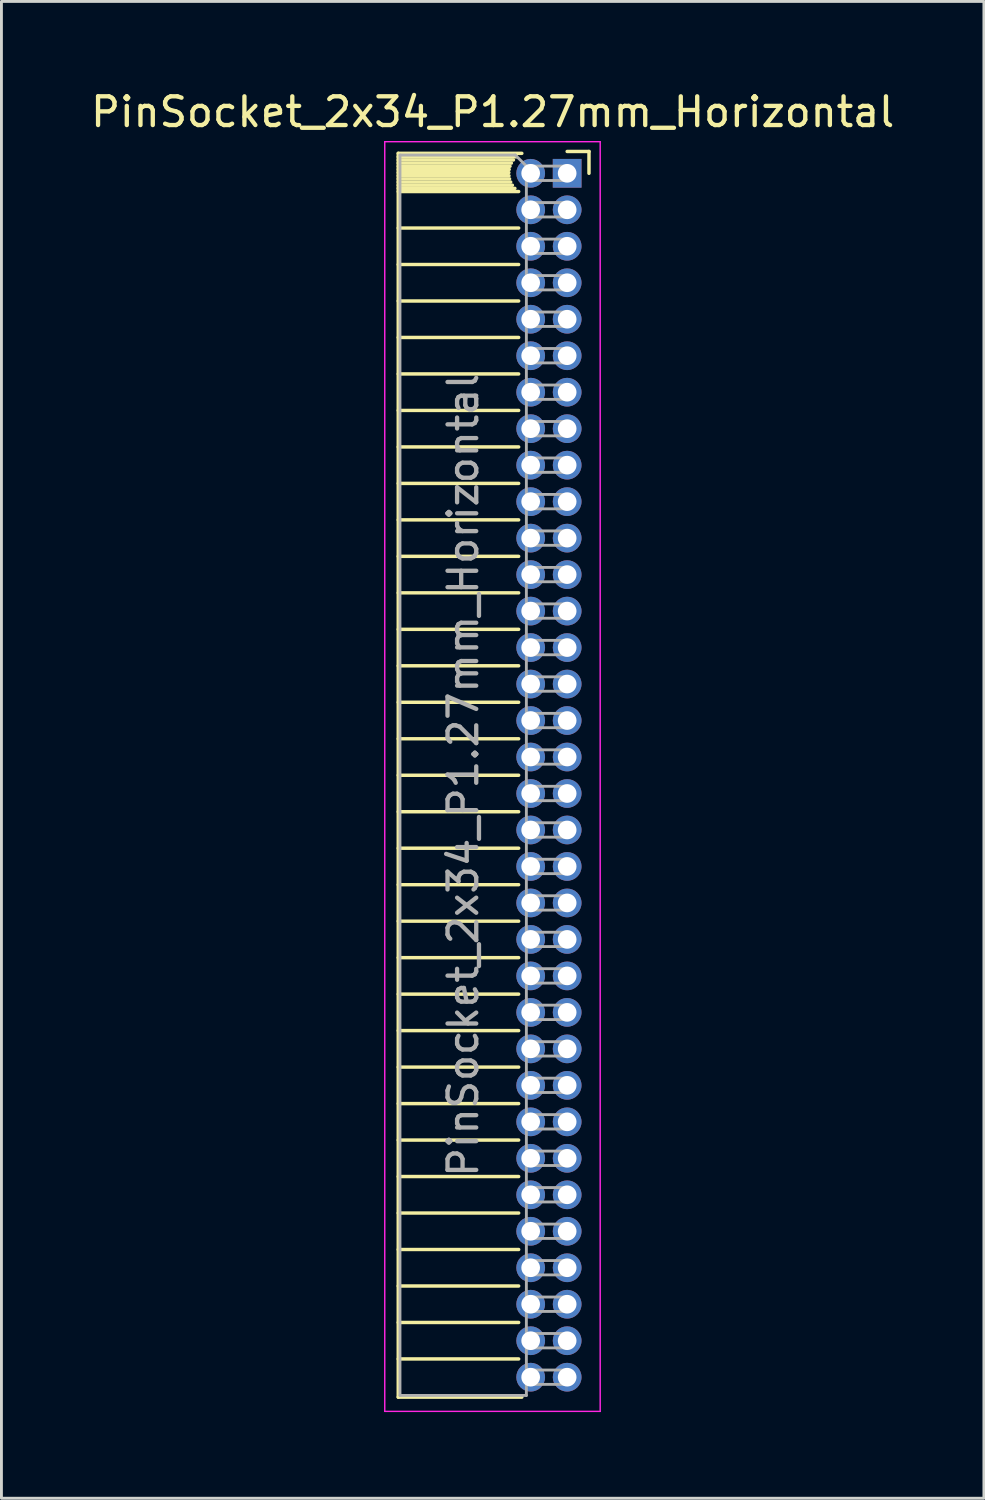
<source format=kicad_pcb>
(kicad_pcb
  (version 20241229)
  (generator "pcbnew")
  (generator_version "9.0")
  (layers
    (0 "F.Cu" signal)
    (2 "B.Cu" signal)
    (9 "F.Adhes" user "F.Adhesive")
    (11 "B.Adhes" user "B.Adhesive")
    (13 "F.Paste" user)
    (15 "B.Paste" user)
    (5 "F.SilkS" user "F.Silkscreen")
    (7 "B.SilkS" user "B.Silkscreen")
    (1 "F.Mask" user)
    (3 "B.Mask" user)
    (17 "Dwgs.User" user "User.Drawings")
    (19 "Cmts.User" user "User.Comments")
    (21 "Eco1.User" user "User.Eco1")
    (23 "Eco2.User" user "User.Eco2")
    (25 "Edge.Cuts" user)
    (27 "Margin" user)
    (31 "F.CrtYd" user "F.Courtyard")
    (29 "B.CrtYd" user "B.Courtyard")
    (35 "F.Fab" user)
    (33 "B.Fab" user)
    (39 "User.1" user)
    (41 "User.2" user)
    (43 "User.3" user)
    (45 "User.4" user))
  (footprint "PinSocket_2x34_P1.27mm_Horizontal"
    (layer "F.Cu")
    (at 16.694 2.983)
    (property "Reference" "PinSocket_2x34_P1.27mm_Horizontal" (at -2.592 -2.135 0) (layer "F.SilkS") (effects (font (size 1 1) (thickness 0.15))))
    (attr through_hole)
    (fp_line (start -5.88 -0.695) (end -5.88 42.605) (stroke (width 0.12) (type solid)) (layer "F.SilkS"))
    (fp_line (start -5.88 -0.695) (end -1.578 -0.695) (stroke (width 0.12) (type solid)) (layer "F.SilkS"))
    (fp_line (start -5.88 -0.575) (end -1.767 -0.575) (stroke (width 0.12) (type solid)) (layer "F.SilkS"))
    (fp_line (start -5.88 -0.465) (end -1.871 -0.465) (stroke (width 0.12) (type solid)) (layer "F.SilkS"))
    (fp_line (start -5.88 -0.355) (end -1.942 -0.355) (stroke (width 0.12) (type solid)) (layer "F.SilkS"))
    (fp_line (start -5.88 -0.245) (end -1.989 -0.245) (stroke (width 0.12) (type solid)) (layer "F.SilkS"))
    (fp_line (start -5.88 -0.135) (end -2.018 -0.135) (stroke (width 0.12) (type solid)) (layer "F.SilkS"))
    (fp_line (start -5.88 -0.025) (end -2.03 -0.025) (stroke (width 0.12) (type solid)) (layer "F.SilkS"))
    (fp_line (start -5.88 0.085) (end -2.025 0.085) (stroke (width 0.12) (type solid)) (layer "F.SilkS"))
    (fp_line (start -5.88 0.195) (end -2.005 0.195) (stroke (width 0.12) (type solid)) (layer "F.SilkS"))
    (fp_line (start -5.88 0.305) (end -1.966 0.305) (stroke (width 0.12) (type solid)) (layer "F.SilkS"))
    (fp_line (start -5.88 0.415) (end -1.907 0.415) (stroke (width 0.12) (type solid)) (layer "F.SilkS"))
    (fp_line (start -5.88 0.525) (end -1.82 0.525) (stroke (width 0.12) (type solid)) (layer "F.SilkS"))
    (fp_line (start -5.88 0.635) (end -1.688 0.635) (stroke (width 0.12) (type solid)) (layer "F.SilkS"))
    (fp_line (start -5.88 1.905) (end -1.688 1.905) (stroke (width 0.12) (type solid)) (layer "F.SilkS"))
    (fp_line (start -5.88 3.175) (end -1.688 3.175) (stroke (width 0.12) (type solid)) (layer "F.SilkS"))
    (fp_line (start -5.88 4.445) (end -1.688 4.445) (stroke (width 0.12) (type solid)) (layer "F.SilkS"))
    (fp_line (start -5.88 5.715) (end -1.688 5.715) (stroke (width 0.12) (type solid)) (layer "F.SilkS"))
    (fp_line (start -5.88 6.985) (end -1.688 6.985) (stroke (width 0.12) (type solid)) (layer "F.SilkS"))
    (fp_line (start -5.88 8.255) (end -1.688 8.255) (stroke (width 0.12) (type solid)) (layer "F.SilkS"))
    (fp_line (start -5.88 9.525) (end -1.688 9.525) (stroke (width 0.12) (type solid)) (layer "F.SilkS"))
    (fp_line (start -5.88 10.795) (end -1.688 10.795) (stroke (width 0.12) (type solid)) (layer "F.SilkS"))
    (fp_line (start -5.88 12.065) (end -1.688 12.065) (stroke (width 0.12) (type solid)) (layer "F.SilkS"))
    (fp_line (start -5.88 13.335) (end -1.688 13.335) (stroke (width 0.12) (type solid)) (layer "F.SilkS"))
    (fp_line (start -5.88 14.605) (end -1.688 14.605) (stroke (width 0.12) (type solid)) (layer "F.SilkS"))
    (fp_line (start -5.88 15.875) (end -1.688 15.875) (stroke (width 0.12) (type solid)) (layer "F.SilkS"))
    (fp_line (start -5.88 17.145) (end -1.688 17.145) (stroke (width 0.12) (type solid)) (layer "F.SilkS"))
    (fp_line (start -5.88 18.415) (end -1.688 18.415) (stroke (width 0.12) (type solid)) (layer "F.SilkS"))
    (fp_line (start -5.88 19.685) (end -1.688 19.685) (stroke (width 0.12) (type solid)) (layer "F.SilkS"))
    (fp_line (start -5.88 20.955) (end -1.688 20.955) (stroke (width 0.12) (type solid)) (layer "F.SilkS"))
    (fp_line (start -5.88 22.225) (end -1.688 22.225) (stroke (width 0.12) (type solid)) (layer "F.SilkS"))
    (fp_line (start -5.88 23.495) (end -1.688 23.495) (stroke (width 0.12) (type solid)) (layer "F.SilkS"))
    (fp_line (start -5.88 24.765) (end -1.688 24.765) (stroke (width 0.12) (type solid)) (layer "F.SilkS"))
    (fp_line (start -5.88 26.035) (end -1.688 26.035) (stroke (width 0.12) (type solid)) (layer "F.SilkS"))
    (fp_line (start -5.88 27.305) (end -1.688 27.305) (stroke (width 0.12) (type solid)) (layer "F.SilkS"))
    (fp_line (start -5.88 28.575) (end -1.688 28.575) (stroke (width 0.12) (type solid)) (layer "F.SilkS"))
    (fp_line (start -5.88 29.845) (end -1.688 29.845) (stroke (width 0.12) (type solid)) (layer "F.SilkS"))
    (fp_line (start -5.88 31.115) (end -1.688 31.115) (stroke (width 0.12) (type solid)) (layer "F.SilkS"))
    (fp_line (start -5.88 32.385) (end -1.688 32.385) (stroke (width 0.12) (type solid)) (layer "F.SilkS"))
    (fp_line (start -5.88 33.655) (end -1.688 33.655) (stroke (width 0.12) (type solid)) (layer "F.SilkS"))
    (fp_line (start -5.88 34.925) (end -1.688 34.925) (stroke (width 0.12) (type solid)) (layer "F.SilkS"))
    (fp_line (start -5.88 36.195) (end -1.688 36.195) (stroke (width 0.12) (type solid)) (layer "F.SilkS"))
    (fp_line (start -5.88 37.465) (end -1.688 37.465) (stroke (width 0.12) (type solid)) (layer "F.SilkS"))
    (fp_line (start -5.88 38.735) (end -1.688 38.735) (stroke (width 0.12) (type solid)) (layer "F.SilkS"))
    (fp_line (start -5.88 40.005) (end -1.688 40.005) (stroke (width 0.12) (type solid)) (layer "F.SilkS"))
    (fp_line (start -5.88 41.275) (end -1.688 41.275) (stroke (width 0.12) (type solid)) (layer "F.SilkS"))
    (fp_line (start -5.88 42.605) (end -1.578 42.605) (stroke (width 0.12) (type solid)) (layer "F.SilkS"))
    (fp_line (start 0 -0.76) (end 0.76 -0.76) (stroke (width 0.12) (type solid)) (layer "F.SilkS"))
    (fp_line (start 0.76 -0.76) (end 0.76 0) (stroke (width 0.12) (type solid)) (layer "F.SilkS"))
    (fp_line (start -6.35 -1.1) (end -6.35 43.1) (stroke (width 0.05) (type solid)) (layer "F.CrtYd"))
    (fp_line (start -6.35 43.1) (end 1.15 43.1) (stroke (width 0.05) (type solid)) (layer "F.CrtYd"))
    (fp_line (start 1.15 -1.1) (end -6.35 -1.1) (stroke (width 0.05) (type solid)) (layer "F.CrtYd"))
    (fp_line (start 1.15 43.1) (end 1.15 -1.1) (stroke (width 0.05) (type solid)) (layer "F.CrtYd"))
    (fp_line (start -5.82 -0.635) (end -1.805 -0.635) (stroke (width 0.1) (type solid)) (layer "F.Fab"))
    (fp_line (start -5.82 42.545) (end -5.82 -0.635) (stroke (width 0.1) (type solid)) (layer "F.Fab"))
    (fp_line (start -1.805 -0.635) (end -1.42 -0.25) (stroke (width 0.1) (type solid)) (layer "F.Fab"))
    (fp_line (start -1.42 -0.25) (end -1.42 42.545) (stroke (width 0.1) (type solid)) (layer "F.Fab"))
    (fp_line (start -1.42 0.25) (end 0 0.25) (stroke (width 0.1) (type solid)) (layer "F.Fab"))
    (fp_line (start -1.42 1.52) (end 0 1.52) (stroke (width 0.1) (type solid)) (layer "F.Fab"))
    (fp_line (start -1.42 2.79) (end 0 2.79) (stroke (width 0.1) (type solid)) (layer "F.Fab"))
    (fp_line (start -1.42 4.06) (end 0 4.06) (stroke (width 0.1) (type solid)) (layer "F.Fab"))
    (fp_line (start -1.42 5.33) (end 0 5.33) (stroke (width 0.1) (type solid)) (layer "F.Fab"))
    (fp_line (start -1.42 6.6) (end 0 6.6) (stroke (width 0.1) (type solid)) (layer "F.Fab"))
    (fp_line (start -1.42 7.87) (end 0 7.87) (stroke (width 0.1) (type solid)) (layer "F.Fab"))
    (fp_line (start -1.42 9.14) (end 0 9.14) (stroke (width 0.1) (type solid)) (layer "F.Fab"))
    (fp_line (start -1.42 10.41) (end 0 10.41) (stroke (width 0.1) (type solid)) (layer "F.Fab"))
    (fp_line (start -1.42 11.68) (end 0 11.68) (stroke (width 0.1) (type solid)) (layer "F.Fab"))
    (fp_line (start -1.42 12.95) (end 0 12.95) (stroke (width 0.1) (type solid)) (layer "F.Fab"))
    (fp_line (start -1.42 14.22) (end 0 14.22) (stroke (width 0.1) (type solid)) (layer "F.Fab"))
    (fp_line (start -1.42 15.49) (end 0 15.49) (stroke (width 0.1) (type solid)) (layer "F.Fab"))
    (fp_line (start -1.42 16.76) (end 0 16.76) (stroke (width 0.1) (type solid)) (layer "F.Fab"))
    (fp_line (start -1.42 18.03) (end 0 18.03) (stroke (width 0.1) (type solid)) (layer "F.Fab"))
    (fp_line (start -1.42 19.3) (end 0 19.3) (stroke (width 0.1) (type solid)) (layer "F.Fab"))
    (fp_line (start -1.42 20.57) (end 0 20.57) (stroke (width 0.1) (type solid)) (layer "F.Fab"))
    (fp_line (start -1.42 21.84) (end 0 21.84) (stroke (width 0.1) (type solid)) (layer "F.Fab"))
    (fp_line (start -1.42 23.11) (end 0 23.11) (stroke (width 0.1) (type solid)) (layer "F.Fab"))
    (fp_line (start -1.42 24.38) (end 0 24.38) (stroke (width 0.1) (type solid)) (layer "F.Fab"))
    (fp_line (start -1.42 25.65) (end 0 25.65) (stroke (width 0.1) (type solid)) (layer "F.Fab"))
    (fp_line (start -1.42 26.92) (end 0 26.92) (stroke (width 0.1) (type solid)) (layer "F.Fab"))
    (fp_line (start -1.42 28.19) (end 0 28.19) (stroke (width 0.1) (type solid)) (layer "F.Fab"))
    (fp_line (start -1.42 29.46) (end 0 29.46) (stroke (width 0.1) (type solid)) (layer "F.Fab"))
    (fp_line (start -1.42 30.73) (end 0 30.73) (stroke (width 0.1) (type solid)) (layer "F.Fab"))
    (fp_line (start -1.42 32) (end 0 32) (stroke (width 0.1) (type solid)) (layer "F.Fab"))
    (fp_line (start -1.42 33.27) (end 0 33.27) (stroke (width 0.1) (type solid)) (layer "F.Fab"))
    (fp_line (start -1.42 34.54) (end 0 34.54) (stroke (width 0.1) (type solid)) (layer "F.Fab"))
    (fp_line (start -1.42 35.81) (end 0 35.81) (stroke (width 0.1) (type solid)) (layer "F.Fab"))
    (fp_line (start -1.42 37.08) (end 0 37.08) (stroke (width 0.1) (type solid)) (layer "F.Fab"))
    (fp_line (start -1.42 38.35) (end 0 38.35) (stroke (width 0.1) (type solid)) (layer "F.Fab"))
    (fp_line (start -1.42 39.62) (end 0 39.62) (stroke (width 0.1) (type solid)) (layer "F.Fab"))
    (fp_line (start -1.42 40.89) (end 0 40.89) (stroke (width 0.1) (type solid)) (layer "F.Fab"))
    (fp_line (start -1.42 42.16) (end 0 42.16) (stroke (width 0.1) (type solid)) (layer "F.Fab"))
    (fp_line (start -1.42 42.545) (end -5.82 42.545) (stroke (width 0.1) (type solid)) (layer "F.Fab"))
    (fp_line (start 0 -0.25) (end -1.42 -0.25) (stroke (width 0.1) (type solid)) (layer "F.Fab"))
    (fp_line (start 0 0.25) (end 0 -0.25) (stroke (width 0.1) (type solid)) (layer "F.Fab"))
    (fp_line (start 0 1.02) (end -1.42 1.02) (stroke (width 0.1) (type solid)) (layer "F.Fab"))
    (fp_line (start 0 1.52) (end 0 1.02) (stroke (width 0.1) (type solid)) (layer "F.Fab"))
    (fp_line (start 0 2.29) (end -1.42 2.29) (stroke (width 0.1) (type solid)) (layer "F.Fab"))
    (fp_line (start 0 2.79) (end 0 2.29) (stroke (width 0.1) (type solid)) (layer "F.Fab"))
    (fp_line (start 0 3.56) (end -1.42 3.56) (stroke (width 0.1) (type solid)) (layer "F.Fab"))
    (fp_line (start 0 4.06) (end 0 3.56) (stroke (width 0.1) (type solid)) (layer "F.Fab"))
    (fp_line (start 0 4.83) (end -1.42 4.83) (stroke (width 0.1) (type solid)) (layer "F.Fab"))
    (fp_line (start 0 5.33) (end 0 4.83) (stroke (width 0.1) (type solid)) (layer "F.Fab"))
    (fp_line (start 0 6.1) (end -1.42 6.1) (stroke (width 0.1) (type solid)) (layer "F.Fab"))
    (fp_line (start 0 6.6) (end 0 6.1) (stroke (width 0.1) (type solid)) (layer "F.Fab"))
    (fp_line (start 0 7.37) (end -1.42 7.37) (stroke (width 0.1) (type solid)) (layer "F.Fab"))
    (fp_line (start 0 7.87) (end 0 7.37) (stroke (width 0.1) (type solid)) (layer "F.Fab"))
    (fp_line (start 0 8.64) (end -1.42 8.64) (stroke (width 0.1) (type solid)) (layer "F.Fab"))
    (fp_line (start 0 9.14) (end 0 8.64) (stroke (width 0.1) (type solid)) (layer "F.Fab"))
    (fp_line (start 0 9.91) (end -1.42 9.91) (stroke (width 0.1) (type solid)) (layer "F.Fab"))
    (fp_line (start 0 10.41) (end 0 9.91) (stroke (width 0.1) (type solid)) (layer "F.Fab"))
    (fp_line (start 0 11.18) (end -1.42 11.18) (stroke (width 0.1) (type solid)) (layer "F.Fab"))
    (fp_line (start 0 11.68) (end 0 11.18) (stroke (width 0.1) (type solid)) (layer "F.Fab"))
    (fp_line (start 0 12.45) (end -1.42 12.45) (stroke (width 0.1) (type solid)) (layer "F.Fab"))
    (fp_line (start 0 12.95) (end 0 12.45) (stroke (width 0.1) (type solid)) (layer "F.Fab"))
    (fp_line (start 0 13.72) (end -1.42 13.72) (stroke (width 0.1) (type solid)) (layer "F.Fab"))
    (fp_line (start 0 14.22) (end 0 13.72) (stroke (width 0.1) (type solid)) (layer "F.Fab"))
    (fp_line (start 0 14.99) (end -1.42 14.99) (stroke (width 0.1) (type solid)) (layer "F.Fab"))
    (fp_line (start 0 15.49) (end 0 14.99) (stroke (width 0.1) (type solid)) (layer "F.Fab"))
    (fp_line (start 0 16.26) (end -1.42 16.26) (stroke (width 0.1) (type solid)) (layer "F.Fab"))
    (fp_line (start 0 16.76) (end 0 16.26) (stroke (width 0.1) (type solid)) (layer "F.Fab"))
    (fp_line (start 0 17.53) (end -1.42 17.53) (stroke (width 0.1) (type solid)) (layer "F.Fab"))
    (fp_line (start 0 18.03) (end 0 17.53) (stroke (width 0.1) (type solid)) (layer "F.Fab"))
    (fp_line (start 0 18.8) (end -1.42 18.8) (stroke (width 0.1) (type solid)) (layer "F.Fab"))
    (fp_line (start 0 19.3) (end 0 18.8) (stroke (width 0.1) (type solid)) (layer "F.Fab"))
    (fp_line (start 0 20.07) (end -1.42 20.07) (stroke (width 0.1) (type solid)) (layer "F.Fab"))
    (fp_line (start 0 20.57) (end 0 20.07) (stroke (width 0.1) (type solid)) (layer "F.Fab"))
    (fp_line (start 0 21.34) (end -1.42 21.34) (stroke (width 0.1) (type solid)) (layer "F.Fab"))
    (fp_line (start 0 21.84) (end 0 21.34) (stroke (width 0.1) (type solid)) (layer "F.Fab"))
    (fp_line (start 0 22.61) (end -1.42 22.61) (stroke (width 0.1) (type solid)) (layer "F.Fab"))
    (fp_line (start 0 23.11) (end 0 22.61) (stroke (width 0.1) (type solid)) (layer "F.Fab"))
    (fp_line (start 0 23.88) (end -1.42 23.88) (stroke (width 0.1) (type solid)) (layer "F.Fab"))
    (fp_line (start 0 24.38) (end 0 23.88) (stroke (width 0.1) (type solid)) (layer "F.Fab"))
    (fp_line (start 0 25.15) (end -1.42 25.15) (stroke (width 0.1) (type solid)) (layer "F.Fab"))
    (fp_line (start 0 25.65) (end 0 25.15) (stroke (width 0.1) (type solid)) (layer "F.Fab"))
    (fp_line (start 0 26.42) (end -1.42 26.42) (stroke (width 0.1) (type solid)) (layer "F.Fab"))
    (fp_line (start 0 26.92) (end 0 26.42) (stroke (width 0.1) (type solid)) (layer "F.Fab"))
    (fp_line (start 0 27.69) (end -1.42 27.69) (stroke (width 0.1) (type solid)) (layer "F.Fab"))
    (fp_line (start 0 28.19) (end 0 27.69) (stroke (width 0.1) (type solid)) (layer "F.Fab"))
    (fp_line (start 0 28.96) (end -1.42 28.96) (stroke (width 0.1) (type solid)) (layer "F.Fab"))
    (fp_line (start 0 29.46) (end 0 28.96) (stroke (width 0.1) (type solid)) (layer "F.Fab"))
    (fp_line (start 0 30.23) (end -1.42 30.23) (stroke (width 0.1) (type solid)) (layer "F.Fab"))
    (fp_line (start 0 30.73) (end 0 30.23) (stroke (width 0.1) (type solid)) (layer "F.Fab"))
    (fp_line (start 0 31.5) (end -1.42 31.5) (stroke (width 0.1) (type solid)) (layer "F.Fab"))
    (fp_line (start 0 32) (end 0 31.5) (stroke (width 0.1) (type solid)) (layer "F.Fab"))
    (fp_line (start 0 32.77) (end -1.42 32.77) (stroke (width 0.1) (type solid)) (layer "F.Fab"))
    (fp_line (start 0 33.27) (end 0 32.77) (stroke (width 0.1) (type solid)) (layer "F.Fab"))
    (fp_line (start 0 34.04) (end -1.42 34.04) (stroke (width 0.1) (type solid)) (layer "F.Fab"))
    (fp_line (start 0 34.54) (end 0 34.04) (stroke (width 0.1) (type solid)) (layer "F.Fab"))
    (fp_line (start 0 35.31) (end -1.42 35.31) (stroke (width 0.1) (type solid)) (layer "F.Fab"))
    (fp_line (start 0 35.81) (end 0 35.31) (stroke (width 0.1) (type solid)) (layer "F.Fab"))
    (fp_line (start 0 36.58) (end -1.42 36.58) (stroke (width 0.1) (type solid)) (layer "F.Fab"))
    (fp_line (start 0 37.08) (end 0 36.58) (stroke (width 0.1) (type solid)) (layer "F.Fab"))
    (fp_line (start 0 37.85) (end -1.42 37.85) (stroke (width 0.1) (type solid)) (layer "F.Fab"))
    (fp_line (start 0 38.35) (end 0 37.85) (stroke (width 0.1) (type solid)) (layer "F.Fab"))
    (fp_line (start 0 39.12) (end -1.42 39.12) (stroke (width 0.1) (type solid)) (layer "F.Fab"))
    (fp_line (start 0 39.62) (end 0 39.12) (stroke (width 0.1) (type solid)) (layer "F.Fab"))
    (fp_line (start 0 40.39) (end -1.42 40.39) (stroke (width 0.1) (type solid)) (layer "F.Fab"))
    (fp_line (start 0 40.89) (end 0 40.39) (stroke (width 0.1) (type solid)) (layer "F.Fab"))
    (fp_line (start 0 41.66) (end -1.42 41.66) (stroke (width 0.1) (type solid)) (layer "F.Fab"))
    (fp_line (start 0 42.16) (end 0 41.66) (stroke (width 0.1) (type solid)) (layer "F.Fab"))
    (fp_text user "${REFERENCE}" (at -3.62 20.955 90) (layer "F.Fab") (effects (font (size 1 1) (thickness 0.15))))
    (pad "1" thru_hole rect (at 0 0) (size 1 1) (drill 0.65) (layers "*.Cu" "*.Mask"))
    (pad "2" thru_hole circle (at -1.27 0) (size 1 1) (drill 0.65) (layers "*.Cu" "*.Mask"))
    (pad "3" thru_hole circle (at 0 1.27) (size 1 1) (drill 0.65) (layers "*.Cu" "*.Mask"))
    (pad "4" thru_hole circle (at -1.27 1.27) (size 1 1) (drill 0.65) (layers "*.Cu" "*.Mask"))
    (pad "5" thru_hole circle (at 0 2.54) (size 1 1) (drill 0.65) (layers "*.Cu" "*.Mask"))
    (pad "6" thru_hole circle (at -1.27 2.54) (size 1 1) (drill 0.65) (layers "*.Cu" "*.Mask"))
    (pad "7" thru_hole circle (at 0 3.81) (size 1 1) (drill 0.65) (layers "*.Cu" "*.Mask"))
    (pad "8" thru_hole circle (at -1.27 3.81) (size 1 1) (drill 0.65) (layers "*.Cu" "*.Mask"))
    (pad "9" thru_hole circle (at 0 5.08) (size 1 1) (drill 0.65) (layers "*.Cu" "*.Mask"))
    (pad "10" thru_hole circle (at -1.27 5.08) (size 1 1) (drill 0.65) (layers "*.Cu" "*.Mask"))
    (pad "11" thru_hole circle (at 0 6.35) (size 1 1) (drill 0.65) (layers "*.Cu" "*.Mask"))
    (pad "12" thru_hole circle (at -1.27 6.35) (size 1 1) (drill 0.65) (layers "*.Cu" "*.Mask"))
    (pad "13" thru_hole circle (at 0 7.62) (size 1 1) (drill 0.65) (layers "*.Cu" "*.Mask"))
    (pad "14" thru_hole circle (at -1.27 7.62) (size 1 1) (drill 0.65) (layers "*.Cu" "*.Mask"))
    (pad "15" thru_hole circle (at 0 8.89) (size 1 1) (drill 0.65) (layers "*.Cu" "*.Mask"))
    (pad "16" thru_hole circle (at -1.27 8.89) (size 1 1) (drill 0.65) (layers "*.Cu" "*.Mask"))
    (pad "17" thru_hole circle (at 0 10.16) (size 1 1) (drill 0.65) (layers "*.Cu" "*.Mask"))
    (pad "18" thru_hole circle (at -1.27 10.16) (size 1 1) (drill 0.65) (layers "*.Cu" "*.Mask"))
    (pad "19" thru_hole circle (at 0 11.43) (size 1 1) (drill 0.65) (layers "*.Cu" "*.Mask"))
    (pad "20" thru_hole circle (at -1.27 11.43) (size 1 1) (drill 0.65) (layers "*.Cu" "*.Mask"))
    (pad "21" thru_hole circle (at 0 12.7) (size 1 1) (drill 0.65) (layers "*.Cu" "*.Mask"))
    (pad "22" thru_hole circle (at -1.27 12.7) (size 1 1) (drill 0.65) (layers "*.Cu" "*.Mask"))
    (pad "23" thru_hole circle (at 0 13.97) (size 1 1) (drill 0.65) (layers "*.Cu" "*.Mask"))
    (pad "24" thru_hole circle (at -1.27 13.97) (size 1 1) (drill 0.65) (layers "*.Cu" "*.Mask"))
    (pad "25" thru_hole circle (at 0 15.24) (size 1 1) (drill 0.65) (layers "*.Cu" "*.Mask"))
    (pad "26" thru_hole circle (at -1.27 15.24) (size 1 1) (drill 0.65) (layers "*.Cu" "*.Mask"))
    (pad "27" thru_hole circle (at 0 16.51) (size 1 1) (drill 0.65) (layers "*.Cu" "*.Mask"))
    (pad "28" thru_hole circle (at -1.27 16.51) (size 1 1) (drill 0.65) (layers "*.Cu" "*.Mask"))
    (pad "29" thru_hole circle (at 0 17.78) (size 1 1) (drill 0.65) (layers "*.Cu" "*.Mask"))
    (pad "30" thru_hole circle (at -1.27 17.78) (size 1 1) (drill 0.65) (layers "*.Cu" "*.Mask"))
    (pad "31" thru_hole circle (at 0 19.05) (size 1 1) (drill 0.65) (layers "*.Cu" "*.Mask"))
    (pad "32" thru_hole circle (at -1.27 19.05) (size 1 1) (drill 0.65) (layers "*.Cu" "*.Mask"))
    (pad "33" thru_hole circle (at 0 20.32) (size 1 1) (drill 0.65) (layers "*.Cu" "*.Mask"))
    (pad "34" thru_hole circle (at -1.27 20.32) (size 1 1) (drill 0.65) (layers "*.Cu" "*.Mask"))
    (pad "35" thru_hole circle (at 0 21.59) (size 1 1) (drill 0.65) (layers "*.Cu" "*.Mask"))
    (pad "36" thru_hole circle (at -1.27 21.59) (size 1 1) (drill 0.65) (layers "*.Cu" "*.Mask"))
    (pad "37" thru_hole circle (at 0 22.86) (size 1 1) (drill 0.65) (layers "*.Cu" "*.Mask"))
    (pad "38" thru_hole circle (at -1.27 22.86) (size 1 1) (drill 0.65) (layers "*.Cu" "*.Mask"))
    (pad "39" thru_hole circle (at 0 24.13) (size 1 1) (drill 0.65) (layers "*.Cu" "*.Mask"))
    (pad "40" thru_hole circle (at -1.27 24.13) (size 1 1) (drill 0.65) (layers "*.Cu" "*.Mask"))
    (pad "41" thru_hole circle (at 0 25.4) (size 1 1) (drill 0.65) (layers "*.Cu" "*.Mask"))
    (pad "42" thru_hole circle (at -1.27 25.4) (size 1 1) (drill 0.65) (layers "*.Cu" "*.Mask"))
    (pad "43" thru_hole circle (at 0 26.67) (size 1 1) (drill 0.65) (layers "*.Cu" "*.Mask"))
    (pad "44" thru_hole circle (at -1.27 26.67) (size 1 1) (drill 0.65) (layers "*.Cu" "*.Mask"))
    (pad "45" thru_hole circle (at 0 27.94) (size 1 1) (drill 0.65) (layers "*.Cu" "*.Mask"))
    (pad "46" thru_hole circle (at -1.27 27.94) (size 1 1) (drill 0.65) (layers "*.Cu" "*.Mask"))
    (pad "47" thru_hole circle (at 0 29.21) (size 1 1) (drill 0.65) (layers "*.Cu" "*.Mask"))
    (pad "48" thru_hole circle (at -1.27 29.21) (size 1 1) (drill 0.65) (layers "*.Cu" "*.Mask"))
    (pad "49" thru_hole circle (at 0 30.48) (size 1 1) (drill 0.65) (layers "*.Cu" "*.Mask"))
    (pad "50" thru_hole circle (at -1.27 30.48) (size 1 1) (drill 0.65) (layers "*.Cu" "*.Mask"))
    (pad "51" thru_hole circle (at 0 31.75) (size 1 1) (drill 0.65) (layers "*.Cu" "*.Mask"))
    (pad "52" thru_hole circle (at -1.27 31.75) (size 1 1) (drill 0.65) (layers "*.Cu" "*.Mask"))
    (pad "53" thru_hole circle (at 0 33.02) (size 1 1) (drill 0.65) (layers "*.Cu" "*.Mask"))
    (pad "54" thru_hole circle (at -1.27 33.02) (size 1 1) (drill 0.65) (layers "*.Cu" "*.Mask"))
    (pad "55" thru_hole circle (at 0 34.29) (size 1 1) (drill 0.65) (layers "*.Cu" "*.Mask"))
    (pad "56" thru_hole circle (at -1.27 34.29) (size 1 1) (drill 0.65) (layers "*.Cu" "*.Mask"))
    (pad "57" thru_hole circle (at 0 35.56) (size 1 1) (drill 0.65) (layers "*.Cu" "*.Mask"))
    (pad "58" thru_hole circle (at -1.27 35.56) (size 1 1) (drill 0.65) (layers "*.Cu" "*.Mask"))
    (pad "59" thru_hole circle (at 0 36.83) (size 1 1) (drill 0.65) (layers "*.Cu" "*.Mask"))
    (pad "60" thru_hole circle (at -1.27 36.83) (size 1 1) (drill 0.65) (layers "*.Cu" "*.Mask"))
    (pad "61" thru_hole circle (at 0 38.1) (size 1 1) (drill 0.65) (layers "*.Cu" "*.Mask"))
    (pad "62" thru_hole circle (at -1.27 38.1) (size 1 1) (drill 0.65) (layers "*.Cu" "*.Mask"))
    (pad "63" thru_hole circle (at 0 39.37) (size 1 1) (drill 0.65) (layers "*.Cu" "*.Mask"))
    (pad "64" thru_hole circle (at -1.27 39.37) (size 1 1) (drill 0.65) (layers "*.Cu" "*.Mask"))
    (pad "65" thru_hole circle (at 0 40.64) (size 1 1) (drill 0.65) (layers "*.Cu" "*.Mask"))
    (pad "66" thru_hole circle (at -1.27 40.64) (size 1 1) (drill 0.65) (layers "*.Cu" "*.Mask"))
    (pad "67" thru_hole circle (at 0 41.91) (size 1 1) (drill 0.65) (layers "*.Cu" "*.Mask"))
    (pad "68" thru_hole circle (at -1.27 41.91) (size 1 1) (drill 0.65) (layers "*.Cu" "*.Mask")))
  (gr_rect
    (start -3 -3)
    (end 31.202 49.108)
    (stroke (width 0.1) (type default))
    (fill no)
    (layer "Edge.Cuts")))
</source>
